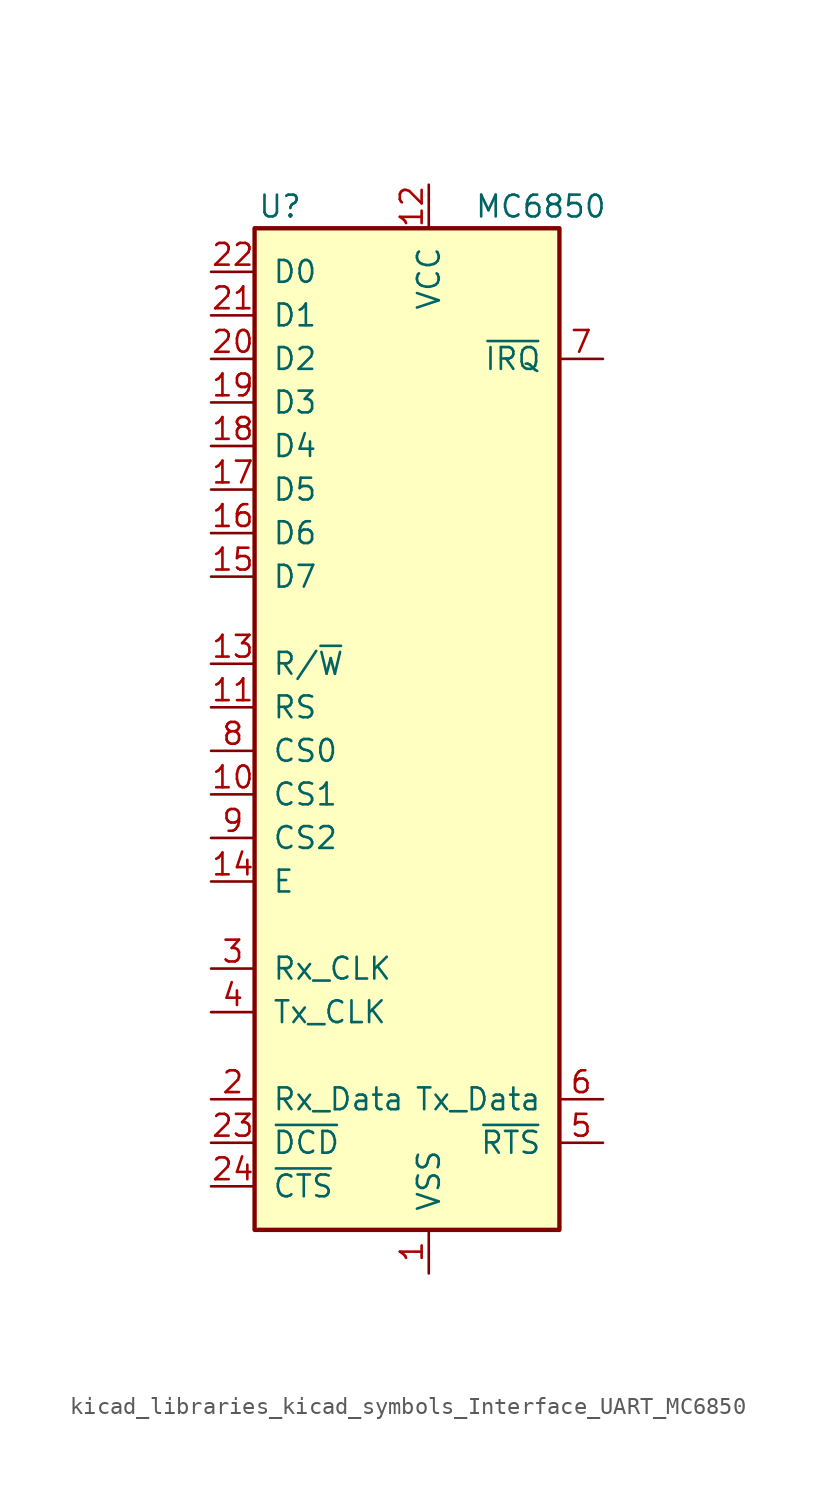
<source format=kicad_sym>
(kicad_symbol_lib
  (version 20220914)
  (generator kicad_symbol_editor)
  (symbol "kicad_libraries_kicad_symbols_Interface_UART_MC6850"
    (pin_names
      (offset 1.016))
    (property "Reference" "U"
      (at -7.366 31.75 0)
      (effects (font (size 1.27 1.27)) (justify right)))
    (property "Value" "MC6850"
      (at 10.414 31.75 0)
      (effects (font (size 1.27 1.27)) (justify right)))
    (symbol "kicad_libraries_kicad_symbols_Interface_UART_MC6850_1_1"
      (rectangle (start -10.16 -27.94) (end 7.62 30.48) (stroke (width 0.254) (type default)) (fill (type background)))
      (pin power_in line (at 0 -30.48 90) (length 2.54) (name "VSS" (effects (font (size 1.27 1.27)))) (number "1" (effects (font (size 1.27 1.27)))))
      (pin input line (at -12.7 -2.54 0) (length 2.54) (name "CS1" (effects (font (size 1.27 1.27)))) (number "10" (effects (font (size 1.27 1.27)))))
      (pin input line (at -12.7 2.54 0) (length 2.54) (name "RS" (effects (font (size 1.27 1.27)))) (number "11" (effects (font (size 1.27 1.27)))))
      (pin power_in line (at 0 33.02 270) (length 2.54) (name "VCC" (effects (font (size 1.27 1.27)))) (number "12" (effects (font (size 1.27 1.27)))))
      (pin input line (at -12.7 5.08 0) (length 2.54) (name "R/~{W}" (effects (font (size 1.27 1.27)))) (number "13" (effects (font (size 1.27 1.27)))))
      (pin input line (at -12.7 -7.62 0) (length 2.54) (name "E" (effects (font (size 1.27 1.27)))) (number "14" (effects (font (size 1.27 1.27)))))
      (pin bidirectional line (at -12.7 10.16 0) (length 2.54) (name "D7" (effects (font (size 1.27 1.27)))) (number "15" (effects (font (size 1.27 1.27)))))
      (pin bidirectional line (at -12.7 12.7 0) (length 2.54) (name "D6" (effects (font (size 1.27 1.27)))) (number "16" (effects (font (size 1.27 1.27)))))
      (pin bidirectional line (at -12.7 15.24 0) (length 2.54) (name "D5" (effects (font (size 1.27 1.27)))) (number "17" (effects (font (size 1.27 1.27)))))
      (pin bidirectional line (at -12.7 17.78 0) (length 2.54) (name "D4" (effects (font (size 1.27 1.27)))) (number "18" (effects (font (size 1.27 1.27)))))
      (pin bidirectional line (at -12.7 20.32 0) (length 2.54) (name "D3" (effects (font (size 1.27 1.27)))) (number "19" (effects (font (size 1.27 1.27)))))
      (pin input line (at -12.7 -20.32 0) (length 2.54) (name "Rx_Data" (effects (font (size 1.27 1.27)))) (number "2" (effects (font (size 1.27 1.27)))))
      (pin bidirectional line (at -12.7 22.86 0) (length 2.54) (name "D2" (effects (font (size 1.27 1.27)))) (number "20" (effects (font (size 1.27 1.27)))))
      (pin bidirectional line (at -12.7 25.4 0) (length 2.54) (name "D1" (effects (font (size 1.27 1.27)))) (number "21" (effects (font (size 1.27 1.27)))))
      (pin bidirectional line (at -12.7 27.94 0) (length 2.54) (name "D0" (effects (font (size 1.27 1.27)))) (number "22" (effects (font (size 1.27 1.27)))))
      (pin input line (at -12.7 -22.86 0) (length 2.54) (name "~{DCD}" (effects (font (size 1.27 1.27)))) (number "23" (effects (font (size 1.27 1.27)))))
      (pin input line (at -12.7 -25.4 0) (length 2.54) (name "~{CTS}" (effects (font (size 1.27 1.27)))) (number "24" (effects (font (size 1.27 1.27)))))
      (pin input line (at -12.7 -12.7 0) (length 2.54) (name "Rx_CLK" (effects (font (size 1.27 1.27)))) (number "3" (effects (font (size 1.27 1.27)))))
      (pin input line (at -12.7 -15.24 0) (length 2.54) (name "Tx_CLK" (effects (font (size 1.27 1.27)))) (number "4" (effects (font (size 1.27 1.27)))))
      (pin output line (at 10.16 -22.86 180) (length 2.54) (name "~{RTS}" (effects (font (size 1.27 1.27)))) (number "5" (effects (font (size 1.27 1.27)))))
      (pin output line (at 10.16 -20.32 180) (length 2.54) (name "Tx_Data" (effects (font (size 1.27 1.27)))) (number "6" (effects (font (size 1.27 1.27)))))
      (pin output line (at 10.16 22.86 180) (length 2.54) (name "~{IRQ}" (effects (font (size 1.27 1.27)))) (number "7" (effects (font (size 1.27 1.27)))))
      (pin input line (at -12.7 0 0) (length 2.54) (name "CS0" (effects (font (size 1.27 1.27)))) (number "8" (effects (font (size 1.27 1.27)))))
      (pin input line (at -12.7 -5.08 0) (length 2.54) (name "CS2" (effects (font (size 1.27 1.27)))) (number "9" (effects (font (size 1.27 1.27))))))))
</source>
